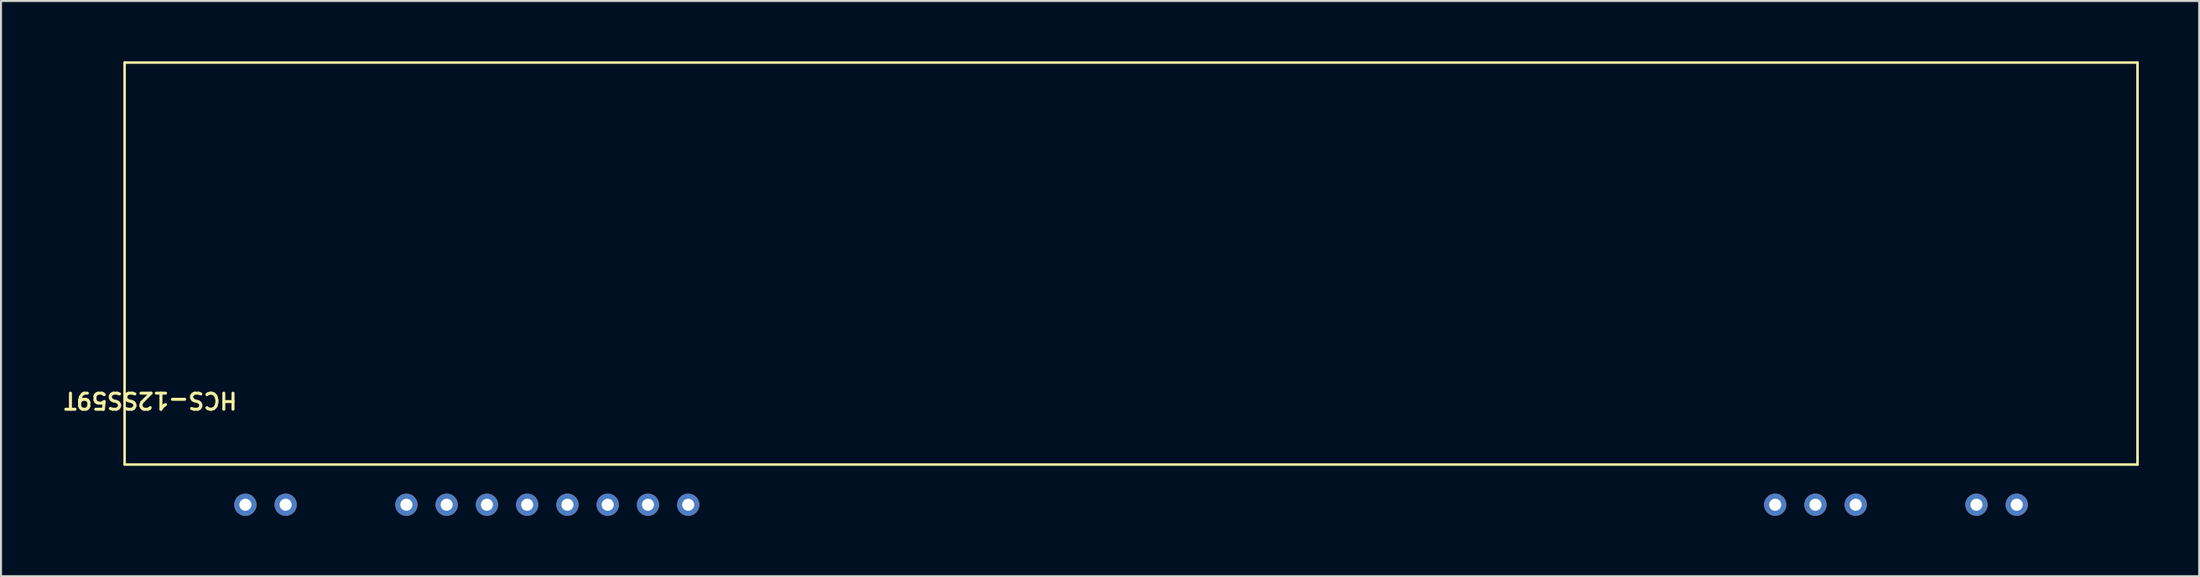
<source format=kicad_pcb>
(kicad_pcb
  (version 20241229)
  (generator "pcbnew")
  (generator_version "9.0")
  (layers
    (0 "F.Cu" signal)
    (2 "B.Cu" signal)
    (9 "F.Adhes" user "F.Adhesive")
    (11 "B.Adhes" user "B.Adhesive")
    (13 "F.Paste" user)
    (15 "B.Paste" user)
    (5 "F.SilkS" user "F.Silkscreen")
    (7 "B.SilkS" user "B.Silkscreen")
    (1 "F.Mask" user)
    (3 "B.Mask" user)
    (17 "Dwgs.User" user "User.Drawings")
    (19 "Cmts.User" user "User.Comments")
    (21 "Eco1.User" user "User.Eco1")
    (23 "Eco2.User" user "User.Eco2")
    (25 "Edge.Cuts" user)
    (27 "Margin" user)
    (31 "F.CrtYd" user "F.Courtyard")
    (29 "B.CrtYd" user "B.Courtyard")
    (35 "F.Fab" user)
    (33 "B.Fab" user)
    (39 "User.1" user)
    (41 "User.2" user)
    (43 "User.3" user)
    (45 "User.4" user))
  (footprint "HCS-12SS59T"
    (layer "F.Cu")
    (at 53.141 11.309)
    (property "Reference" "HCS-12SS59T" (at -48.71 5.565 180) (unlocked yes) (layer "F.SilkS") (effects (font (size 0.8 0.8) (thickness 0.15))))
    (fp_line (start -50 -11.245) (end 50 -11.245) (stroke (width 0.127) (type solid)) (layer "F.SilkS"))
    (fp_line (start -50 8.755) (end -50 -11.245) (stroke (width 0.127) (type solid)) (layer "F.SilkS"))
    (fp_line (start -50 8.755) (end 50 8.755) (stroke (width 0.127) (type solid)) (layer "F.SilkS"))
    (fp_line (start 50 -11.245) (end 50 8.755) (stroke (width 0.127) (type solid)) (layer "F.SilkS"))
    (pad "1" thru_hole circle (at -44 10.755) (size 1.108 1.108) (drill 0.6) (layers "*.Cu" "*.Mask"))
    (pad "2" thru_hole circle (at -42 10.755) (size 1.108 1.108) (drill 0.6) (layers "*.Cu" "*.Mask"))
    (pad "5" thru_hole circle (at -36 10.755) (size 1.108 1.108) (drill 0.6) (layers "*.Cu" "*.Mask"))
    (pad "6" thru_hole circle (at -34 10.755) (size 1.108 1.108) (drill 0.6) (layers "*.Cu" "*.Mask"))
    (pad "7" thru_hole circle (at -32 10.755) (size 1.108 1.108) (drill 0.6) (layers "*.Cu" "*.Mask"))
    (pad "8" thru_hole circle (at -30 10.755) (size 1.108 1.108) (drill 0.6) (layers "*.Cu" "*.Mask"))
    (pad "9" thru_hole circle (at -28 10.755) (size 1.108 1.108) (drill 0.6) (layers "*.Cu" "*.Mask"))
    (pad "10" thru_hole circle (at -26 10.755) (size 1.108 1.108) (drill 0.6) (layers "*.Cu" "*.Mask"))
    (pad "11" thru_hole circle (at -24 10.755) (size 1.108 1.108) (drill 0.6) (layers "*.Cu" "*.Mask"))
    (pad "12" thru_hole circle (at -22 10.755) (size 1.108 1.108) (drill 0.6) (layers "*.Cu" "*.Mask"))
    (pad "39" thru_hole circle (at 32 10.755) (size 1.108 1.108) (drill 0.6) (layers "*.Cu" "*.Mask"))
    (pad "40" thru_hole circle (at 34 10.755) (size 1.108 1.108) (drill 0.6) (layers "*.Cu" "*.Mask"))
    (pad "41" thru_hole circle (at 36 10.755) (size 1.108 1.108) (drill 0.6) (layers "*.Cu" "*.Mask"))
    (pad "44" thru_hole circle (at 42 10.755) (size 1.108 1.108) (drill 0.6) (layers "*.Cu" "*.Mask"))
    (pad "45" thru_hole circle (at 44 10.755) (size 1.108 1.108) (drill 0.6) (layers "*.Cu" "*.Mask")))
  (gr_rect
    (start -3 -3)
    (end 106.204 25.617)
    (stroke (width 0.1) (type default))
    (fill no)
    (layer "Edge.Cuts")))
</source>
